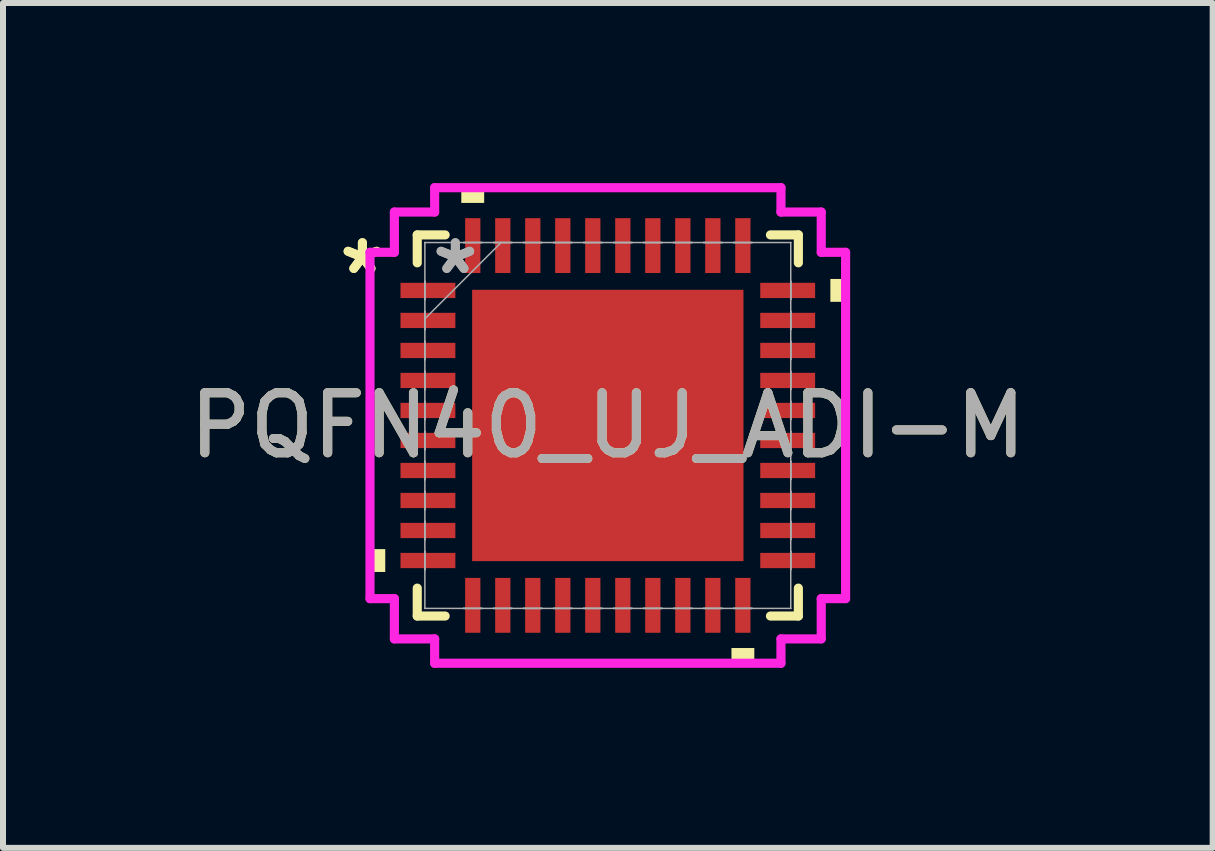
<source format=kicad_pcb>
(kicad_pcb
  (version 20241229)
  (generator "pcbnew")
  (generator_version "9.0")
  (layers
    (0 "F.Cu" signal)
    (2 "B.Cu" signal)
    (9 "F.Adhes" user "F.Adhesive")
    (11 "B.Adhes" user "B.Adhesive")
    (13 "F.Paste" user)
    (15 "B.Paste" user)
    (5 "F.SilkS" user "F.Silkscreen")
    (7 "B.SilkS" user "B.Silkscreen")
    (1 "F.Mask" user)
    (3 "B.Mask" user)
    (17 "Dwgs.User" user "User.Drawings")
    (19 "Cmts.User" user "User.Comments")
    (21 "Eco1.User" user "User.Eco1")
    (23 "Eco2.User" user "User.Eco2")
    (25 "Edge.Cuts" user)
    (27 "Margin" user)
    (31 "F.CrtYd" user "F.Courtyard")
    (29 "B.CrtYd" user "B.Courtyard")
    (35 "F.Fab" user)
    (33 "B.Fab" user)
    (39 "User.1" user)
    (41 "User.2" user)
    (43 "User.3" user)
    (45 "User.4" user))
  (footprint "PQFN40_UJ_ADI-M"
    (layer "F.Cu")
    (at 7.077 4.039)
    (property "Reference" "PQFN40_UJ_ADI-M" (at 0 0 0) (unlocked yes) (layer "F.SilkS") (effects (font (size 1 1) (thickness 0.15))))
    (attr smd)
    (fp_line (start -3.175 -3.175) (end -3.175 -2.71) (stroke (width 0.152) (type solid)) (layer "F.SilkS"))
    (fp_line (start -3.175 2.71) (end -3.175 3.175) (stroke (width 0.152) (type solid)) (layer "F.SilkS"))
    (fp_line (start -3.175 3.175) (end -2.71 3.175) (stroke (width 0.152) (type solid)) (layer "F.SilkS"))
    (fp_line (start -2.71 -3.175) (end -3.175 -3.175) (stroke (width 0.152) (type solid)) (layer "F.SilkS"))
    (fp_line (start 2.71 3.175) (end 3.175 3.175) (stroke (width 0.152) (type solid)) (layer "F.SilkS"))
    (fp_line (start 3.175 -3.175) (end 2.71 -3.175) (stroke (width 0.152) (type solid)) (layer "F.SilkS"))
    (fp_line (start 3.175 -2.71) (end 3.175 -3.175) (stroke (width 0.152) (type solid)) (layer "F.SilkS"))
    (fp_line (start 3.175 3.175) (end 3.175 2.71) (stroke (width 0.152) (type solid)) (layer "F.SilkS"))
    (fp_poly (pts (xy -3.962 2.06) (xy -3.962 2.441) (xy -3.708 2.441) (xy -3.708 2.06)) (stroke (width 0) (type solid)) (fill yes) (layer "F.SilkS"))
    (fp_poly (pts (xy -2.441 -3.708) (xy -2.441 -3.962) (xy -2.06 -3.962) (xy -2.06 -3.708)) (stroke (width 0) (type solid)) (fill yes) (layer "F.SilkS"))
    (fp_poly (pts (xy 2.06 3.708) (xy 2.06 3.962) (xy 2.441 3.962) (xy 2.441 3.708)) (stroke (width 0) (type solid)) (fill yes) (layer "F.SilkS"))
    (fp_poly (pts (xy 3.962 -2.441) (xy 3.962 -2.06) (xy 3.708 -2.06) (xy 3.708 -2.441)) (stroke (width 0) (type solid)) (fill yes) (layer "F.SilkS"))
    (fp_poly (pts (xy -2.161 -2.161) (xy -2.161 -0.854) (xy -0.854 -0.854) (xy -0.854 -2.161)) (stroke (width 0) (type solid)) (fill yes) (layer "F.Paste"))
    (fp_poly (pts (xy -2.161 -0.654) (xy -2.161 0.654) (xy -0.854 0.654) (xy -0.854 -0.654)) (stroke (width 0) (type solid)) (fill yes) (layer "F.Paste"))
    (fp_poly (pts (xy -2.161 0.854) (xy -2.161 2.161) (xy -0.854 2.161) (xy -0.854 0.854)) (stroke (width 0) (type solid)) (fill yes) (layer "F.Paste"))
    (fp_poly (pts (xy -0.654 -2.161) (xy -0.654 -0.854) (xy 0.654 -0.854) (xy 0.654 -2.161)) (stroke (width 0) (type solid)) (fill yes) (layer "F.Paste"))
    (fp_poly (pts (xy -0.654 -0.654) (xy -0.654 0.654) (xy 0.654 0.654) (xy 0.654 -0.654)) (stroke (width 0) (type solid)) (fill yes) (layer "F.Paste"))
    (fp_poly (pts (xy -0.654 0.854) (xy -0.654 2.161) (xy 0.654 2.161) (xy 0.654 0.854)) (stroke (width 0) (type solid)) (fill yes) (layer "F.Paste"))
    (fp_poly (pts (xy 0.854 -2.161) (xy 0.854 -0.854) (xy 2.161 -0.854) (xy 2.161 -2.161)) (stroke (width 0) (type solid)) (fill yes) (layer "F.Paste"))
    (fp_poly (pts (xy 0.854 -0.654) (xy 0.854 0.654) (xy 2.161 0.654) (xy 2.161 -0.654)) (stroke (width 0) (type solid)) (fill yes) (layer "F.Paste"))
    (fp_poly (pts (xy 0.854 0.854) (xy 0.854 2.161) (xy 2.161 2.161) (xy 2.161 0.854)) (stroke (width 0) (type solid)) (fill yes) (layer "F.Paste"))
    (fp_line (start -3.962 -2.885) (end -3.556 -2.885) (stroke (width 0.152) (type solid)) (layer "F.CrtYd"))
    (fp_line (start -3.962 2.885) (end -3.962 -2.885) (stroke (width 0.152) (type solid)) (layer "F.CrtYd"))
    (fp_line (start -3.556 -3.556) (end -2.885 -3.556) (stroke (width 0.152) (type solid)) (layer "F.CrtYd"))
    (fp_line (start -3.556 -2.885) (end -3.556 -3.556) (stroke (width 0.152) (type solid)) (layer "F.CrtYd"))
    (fp_line (start -3.556 2.885) (end -3.962 2.885) (stroke (width 0.152) (type solid)) (layer "F.CrtYd"))
    (fp_line (start -3.556 3.556) (end -3.556 2.885) (stroke (width 0.152) (type solid)) (layer "F.CrtYd"))
    (fp_line (start -2.885 -3.962) (end 2.885 -3.962) (stroke (width 0.152) (type solid)) (layer "F.CrtYd"))
    (fp_line (start -2.885 -3.556) (end -2.885 -3.962) (stroke (width 0.152) (type solid)) (layer "F.CrtYd"))
    (fp_line (start -2.885 3.556) (end -3.556 3.556) (stroke (width 0.152) (type solid)) (layer "F.CrtYd"))
    (fp_line (start -2.885 3.962) (end -2.885 3.556) (stroke (width 0.152) (type solid)) (layer "F.CrtYd"))
    (fp_line (start 2.885 -3.962) (end 2.885 -3.556) (stroke (width 0.152) (type solid)) (layer "F.CrtYd"))
    (fp_line (start 2.885 -3.556) (end 3.556 -3.556) (stroke (width 0.152) (type solid)) (layer "F.CrtYd"))
    (fp_line (start 2.885 3.556) (end 2.885 3.962) (stroke (width 0.152) (type solid)) (layer "F.CrtYd"))
    (fp_line (start 2.885 3.962) (end -2.885 3.962) (stroke (width 0.152) (type solid)) (layer "F.CrtYd"))
    (fp_line (start 3.556 -3.556) (end 3.556 -2.885) (stroke (width 0.152) (type solid)) (layer "F.CrtYd"))
    (fp_line (start 3.556 -2.885) (end 3.962 -2.885) (stroke (width 0.152) (type solid)) (layer "F.CrtYd"))
    (fp_line (start 3.556 2.885) (end 3.556 3.556) (stroke (width 0.152) (type solid)) (layer "F.CrtYd"))
    (fp_line (start 3.556 3.556) (end 2.885 3.556) (stroke (width 0.152) (type solid)) (layer "F.CrtYd"))
    (fp_line (start 3.962 -2.885) (end 3.962 2.885) (stroke (width 0.152) (type solid)) (layer "F.CrtYd"))
    (fp_line (start 3.962 2.885) (end 3.556 2.885) (stroke (width 0.152) (type solid)) (layer "F.CrtYd"))
    (fp_line (start -3.048 -3.048) (end -3.048 -3.048) (stroke (width 0.025) (type solid)) (layer "F.Fab"))
    (fp_line (start -3.048 -3.048) (end -3.048 3.048) (stroke (width 0.025) (type solid)) (layer "F.Fab"))
    (fp_line (start -3.048 -2.402) (end -3.048 -2.402) (stroke (width 0.025) (type solid)) (layer "F.Fab"))
    (fp_line (start -3.048 -2.402) (end -3.048 -2.098) (stroke (width 0.025) (type solid)) (layer "F.Fab"))
    (fp_line (start -3.048 -2.098) (end -3.048 -2.402) (stroke (width 0.025) (type solid)) (layer "F.Fab"))
    (fp_line (start -3.048 -2.098) (end -3.048 -2.098) (stroke (width 0.025) (type solid)) (layer "F.Fab"))
    (fp_line (start -3.048 -1.902) (end -3.048 -1.902) (stroke (width 0.025) (type solid)) (layer "F.Fab"))
    (fp_line (start -3.048 -1.902) (end -3.048 -1.598) (stroke (width 0.025) (type solid)) (layer "F.Fab"))
    (fp_line (start -3.048 -1.778) (end -1.778 -3.048) (stroke (width 0.025) (type solid)) (layer "F.Fab"))
    (fp_line (start -3.048 -1.598) (end -3.048 -1.902) (stroke (width 0.025) (type solid)) (layer "F.Fab"))
    (fp_line (start -3.048 -1.598) (end -3.048 -1.598) (stroke (width 0.025) (type solid)) (layer "F.Fab"))
    (fp_line (start -3.048 -1.402) (end -3.048 -1.402) (stroke (width 0.025) (type solid)) (layer "F.Fab"))
    (fp_line (start -3.048 -1.402) (end -3.048 -1.098) (stroke (width 0.025) (type solid)) (layer "F.Fab"))
    (fp_line (start -3.048 -1.098) (end -3.048 -1.402) (stroke (width 0.025) (type solid)) (layer "F.Fab"))
    (fp_line (start -3.048 -1.098) (end -3.048 -1.098) (stroke (width 0.025) (type solid)) (layer "F.Fab"))
    (fp_line (start -3.048 -0.902) (end -3.048 -0.902) (stroke (width 0.025) (type solid)) (layer "F.Fab"))
    (fp_line (start -3.048 -0.902) (end -3.048 -0.598) (stroke (width 0.025) (type solid)) (layer "F.Fab"))
    (fp_line (start -3.048 -0.598) (end -3.048 -0.902) (stroke (width 0.025) (type solid)) (layer "F.Fab"))
    (fp_line (start -3.048 -0.598) (end -3.048 -0.598) (stroke (width 0.025) (type solid)) (layer "F.Fab"))
    (fp_line (start -3.048 -0.402) (end -3.048 -0.402) (stroke (width 0.025) (type solid)) (layer "F.Fab"))
    (fp_line (start -3.048 -0.402) (end -3.048 -0.098) (stroke (width 0.025) (type solid)) (layer "F.Fab"))
    (fp_line (start -3.048 -0.098) (end -3.048 -0.402) (stroke (width 0.025) (type solid)) (layer "F.Fab"))
    (fp_line (start -3.048 -0.098) (end -3.048 -0.098) (stroke (width 0.025) (type solid)) (layer "F.Fab"))
    (fp_line (start -3.048 0.098) (end -3.048 0.098) (stroke (width 0.025) (type solid)) (layer "F.Fab"))
    (fp_line (start -3.048 0.098) (end -3.048 0.402) (stroke (width 0.025) (type solid)) (layer "F.Fab"))
    (fp_line (start -3.048 0.402) (end -3.048 0.098) (stroke (width 0.025) (type solid)) (layer "F.Fab"))
    (fp_line (start -3.048 0.402) (end -3.048 0.402) (stroke (width 0.025) (type solid)) (layer "F.Fab"))
    (fp_line (start -3.048 0.598) (end -3.048 0.598) (stroke (width 0.025) (type solid)) (layer "F.Fab"))
    (fp_line (start -3.048 0.598) (end -3.048 0.902) (stroke (width 0.025) (type solid)) (layer "F.Fab"))
    (fp_line (start -3.048 0.902) (end -3.048 0.598) (stroke (width 0.025) (type solid)) (layer "F.Fab"))
    (fp_line (start -3.048 0.902) (end -3.048 0.902) (stroke (width 0.025) (type solid)) (layer "F.Fab"))
    (fp_line (start -3.048 1.098) (end -3.048 1.098) (stroke (width 0.025) (type solid)) (layer "F.Fab"))
    (fp_line (start -3.048 1.098) (end -3.048 1.402) (stroke (width 0.025) (type solid)) (layer "F.Fab"))
    (fp_line (start -3.048 1.402) (end -3.048 1.098) (stroke (width 0.025) (type solid)) (layer "F.Fab"))
    (fp_line (start -3.048 1.402) (end -3.048 1.402) (stroke (width 0.025) (type solid)) (layer "F.Fab"))
    (fp_line (start -3.048 1.598) (end -3.048 1.598) (stroke (width 0.025) (type solid)) (layer "F.Fab"))
    (fp_line (start -3.048 1.598) (end -3.048 1.902) (stroke (width 0.025) (type solid)) (layer "F.Fab"))
    (fp_line (start -3.048 1.902) (end -3.048 1.598) (stroke (width 0.025) (type solid)) (layer "F.Fab"))
    (fp_line (start -3.048 1.902) (end -3.048 1.902) (stroke (width 0.025) (type solid)) (layer "F.Fab"))
    (fp_line (start -3.048 2.098) (end -3.048 2.098) (stroke (width 0.025) (type solid)) (layer "F.Fab"))
    (fp_line (start -3.048 2.098) (end -3.048 2.402) (stroke (width 0.025) (type solid)) (layer "F.Fab"))
    (fp_line (start -3.048 2.402) (end -3.048 2.098) (stroke (width 0.025) (type solid)) (layer "F.Fab"))
    (fp_line (start -3.048 2.402) (end -3.048 2.402) (stroke (width 0.025) (type solid)) (layer "F.Fab"))
    (fp_line (start -3.048 3.048) (end -3.048 3.048) (stroke (width 0.025) (type solid)) (layer "F.Fab"))
    (fp_line (start -3.048 3.048) (end 3.048 3.048) (stroke (width 0.025) (type solid)) (layer "F.Fab"))
    (fp_line (start -2.402 -3.048) (end -2.402 -3.048) (stroke (width 0.025) (type solid)) (layer "F.Fab"))
    (fp_line (start -2.402 -3.048) (end -2.098 -3.048) (stroke (width 0.025) (type solid)) (layer "F.Fab"))
    (fp_line (start -2.402 3.048) (end -2.402 3.048) (stroke (width 0.025) (type solid)) (layer "F.Fab"))
    (fp_line (start -2.402 3.048) (end -2.098 3.048) (stroke (width 0.025) (type solid)) (layer "F.Fab"))
    (fp_line (start -2.098 -3.048) (end -2.402 -3.048) (stroke (width 0.025) (type solid)) (layer "F.Fab"))
    (fp_line (start -2.098 -3.048) (end -2.098 -3.048) (stroke (width 0.025) (type solid)) (layer "F.Fab"))
    (fp_line (start -2.098 3.048) (end -2.402 3.048) (stroke (width 0.025) (type solid)) (layer "F.Fab"))
    (fp_line (start -2.098 3.048) (end -2.098 3.048) (stroke (width 0.025) (type solid)) (layer "F.Fab"))
    (fp_line (start -1.902 -3.048) (end -1.902 -3.048) (stroke (width 0.025) (type solid)) (layer "F.Fab"))
    (fp_line (start -1.902 -3.048) (end -1.598 -3.048) (stroke (width 0.025) (type solid)) (layer "F.Fab"))
    (fp_line (start -1.902 3.048) (end -1.902 3.048) (stroke (width 0.025) (type solid)) (layer "F.Fab"))
    (fp_line (start -1.902 3.048) (end -1.598 3.048) (stroke (width 0.025) (type solid)) (layer "F.Fab"))
    (fp_line (start -1.598 -3.048) (end -1.902 -3.048) (stroke (width 0.025) (type solid)) (layer "F.Fab"))
    (fp_line (start -1.598 -3.048) (end -1.598 -3.048) (stroke (width 0.025) (type solid)) (layer "F.Fab"))
    (fp_line (start -1.598 3.048) (end -1.902 3.048) (stroke (width 0.025) (type solid)) (layer "F.Fab"))
    (fp_line (start -1.598 3.048) (end -1.598 3.048) (stroke (width 0.025) (type solid)) (layer "F.Fab"))
    (fp_line (start -1.402 -3.048) (end -1.402 -3.048) (stroke (width 0.025) (type solid)) (layer "F.Fab"))
    (fp_line (start -1.402 -3.048) (end -1.098 -3.048) (stroke (width 0.025) (type solid)) (layer "F.Fab"))
    (fp_line (start -1.402 3.048) (end -1.402 3.048) (stroke (width 0.025) (type solid)) (layer "F.Fab"))
    (fp_line (start -1.402 3.048) (end -1.098 3.048) (stroke (width 0.025) (type solid)) (layer "F.Fab"))
    (fp_line (start -1.098 -3.048) (end -1.402 -3.048) (stroke (width 0.025) (type solid)) (layer "F.Fab"))
    (fp_line (start -1.098 -3.048) (end -1.098 -3.048) (stroke (width 0.025) (type solid)) (layer "F.Fab"))
    (fp_line (start -1.098 3.048) (end -1.402 3.048) (stroke (width 0.025) (type solid)) (layer "F.Fab"))
    (fp_line (start -1.098 3.048) (end -1.098 3.048) (stroke (width 0.025) (type solid)) (layer "F.Fab"))
    (fp_line (start -0.902 -3.048) (end -0.902 -3.048) (stroke (width 0.025) (type solid)) (layer "F.Fab"))
    (fp_line (start -0.902 -3.048) (end -0.598 -3.048) (stroke (width 0.025) (type solid)) (layer "F.Fab"))
    (fp_line (start -0.902 3.048) (end -0.902 3.048) (stroke (width 0.025) (type solid)) (layer "F.Fab"))
    (fp_line (start -0.902 3.048) (end -0.598 3.048) (stroke (width 0.025) (type solid)) (layer "F.Fab"))
    (fp_line (start -0.598 -3.048) (end -0.902 -3.048) (stroke (width 0.025) (type solid)) (layer "F.Fab"))
    (fp_line (start -0.598 -3.048) (end -0.598 -3.048) (stroke (width 0.025) (type solid)) (layer "F.Fab"))
    (fp_line (start -0.598 3.048) (end -0.902 3.048) (stroke (width 0.025) (type solid)) (layer "F.Fab"))
    (fp_line (start -0.598 3.048) (end -0.598 3.048) (stroke (width 0.025) (type solid)) (layer "F.Fab"))
    (fp_line (start -0.402 -3.048) (end -0.402 -3.048) (stroke (width 0.025) (type solid)) (layer "F.Fab"))
    (fp_line (start -0.402 -3.048) (end -0.098 -3.048) (stroke (width 0.025) (type solid)) (layer "F.Fab"))
    (fp_line (start -0.402 3.048) (end -0.402 3.048) (stroke (width 0.025) (type solid)) (layer "F.Fab"))
    (fp_line (start -0.402 3.048) (end -0.098 3.048) (stroke (width 0.025) (type solid)) (layer "F.Fab"))
    (fp_line (start -0.098 -3.048) (end -0.402 -3.048) (stroke (width 0.025) (type solid)) (layer "F.Fab"))
    (fp_line (start -0.098 -3.048) (end -0.098 -3.048) (stroke (width 0.025) (type solid)) (layer "F.Fab"))
    (fp_line (start -0.098 3.048) (end -0.402 3.048) (stroke (width 0.025) (type solid)) (layer "F.Fab"))
    (fp_line (start -0.098 3.048) (end -0.098 3.048) (stroke (width 0.025) (type solid)) (layer "F.Fab"))
    (fp_line (start 0.098 -3.048) (end 0.098 -3.048) (stroke (width 0.025) (type solid)) (layer "F.Fab"))
    (fp_line (start 0.098 -3.048) (end 0.402 -3.048) (stroke (width 0.025) (type solid)) (layer "F.Fab"))
    (fp_line (start 0.098 3.048) (end 0.098 3.048) (stroke (width 0.025) (type solid)) (layer "F.Fab"))
    (fp_line (start 0.098 3.048) (end 0.402 3.048) (stroke (width 0.025) (type solid)) (layer "F.Fab"))
    (fp_line (start 0.402 -3.048) (end 0.098 -3.048) (stroke (width 0.025) (type solid)) (layer "F.Fab"))
    (fp_line (start 0.402 -3.048) (end 0.402 -3.048) (stroke (width 0.025) (type solid)) (layer "F.Fab"))
    (fp_line (start 0.402 3.048) (end 0.098 3.048) (stroke (width 0.025) (type solid)) (layer "F.Fab"))
    (fp_line (start 0.402 3.048) (end 0.402 3.048) (stroke (width 0.025) (type solid)) (layer "F.Fab"))
    (fp_line (start 0.598 -3.048) (end 0.598 -3.048) (stroke (width 0.025) (type solid)) (layer "F.Fab"))
    (fp_line (start 0.598 -3.048) (end 0.902 -3.048) (stroke (width 0.025) (type solid)) (layer "F.Fab"))
    (fp_line (start 0.598 3.048) (end 0.598 3.048) (stroke (width 0.025) (type solid)) (layer "F.Fab"))
    (fp_line (start 0.598 3.048) (end 0.902 3.048) (stroke (width 0.025) (type solid)) (layer "F.Fab"))
    (fp_line (start 0.902 -3.048) (end 0.598 -3.048) (stroke (width 0.025) (type solid)) (layer "F.Fab"))
    (fp_line (start 0.902 -3.048) (end 0.902 -3.048) (stroke (width 0.025) (type solid)) (layer "F.Fab"))
    (fp_line (start 0.902 3.048) (end 0.598 3.048) (stroke (width 0.025) (type solid)) (layer "F.Fab"))
    (fp_line (start 0.902 3.048) (end 0.902 3.048) (stroke (width 0.025) (type solid)) (layer "F.Fab"))
    (fp_line (start 1.098 -3.048) (end 1.098 -3.048) (stroke (width 0.025) (type solid)) (layer "F.Fab"))
    (fp_line (start 1.098 -3.048) (end 1.402 -3.048) (stroke (width 0.025) (type solid)) (layer "F.Fab"))
    (fp_line (start 1.098 3.048) (end 1.098 3.048) (stroke (width 0.025) (type solid)) (layer "F.Fab"))
    (fp_line (start 1.098 3.048) (end 1.402 3.048) (stroke (width 0.025) (type solid)) (layer "F.Fab"))
    (fp_line (start 1.402 -3.048) (end 1.098 -3.048) (stroke (width 0.025) (type solid)) (layer "F.Fab"))
    (fp_line (start 1.402 -3.048) (end 1.402 -3.048) (stroke (width 0.025) (type solid)) (layer "F.Fab"))
    (fp_line (start 1.402 3.048) (end 1.098 3.048) (stroke (width 0.025) (type solid)) (layer "F.Fab"))
    (fp_line (start 1.402 3.048) (end 1.402 3.048) (stroke (width 0.025) (type solid)) (layer "F.Fab"))
    (fp_line (start 1.598 -3.048) (end 1.598 -3.048) (stroke (width 0.025) (type solid)) (layer "F.Fab"))
    (fp_line (start 1.598 -3.048) (end 1.902 -3.048) (stroke (width 0.025) (type solid)) (layer "F.Fab"))
    (fp_line (start 1.598 3.048) (end 1.598 3.048) (stroke (width 0.025) (type solid)) (layer "F.Fab"))
    (fp_line (start 1.598 3.048) (end 1.902 3.048) (stroke (width 0.025) (type solid)) (layer "F.Fab"))
    (fp_line (start 1.902 -3.048) (end 1.598 -3.048) (stroke (width 0.025) (type solid)) (layer "F.Fab"))
    (fp_line (start 1.902 -3.048) (end 1.902 -3.048) (stroke (width 0.025) (type solid)) (layer "F.Fab"))
    (fp_line (start 1.902 3.048) (end 1.598 3.048) (stroke (width 0.025) (type solid)) (layer "F.Fab"))
    (fp_line (start 1.902 3.048) (end 1.902 3.048) (stroke (width 0.025) (type solid)) (layer "F.Fab"))
    (fp_line (start 2.098 -3.048) (end 2.098 -3.048) (stroke (width 0.025) (type solid)) (layer "F.Fab"))
    (fp_line (start 2.098 -3.048) (end 2.402 -3.048) (stroke (width 0.025) (type solid)) (layer "F.Fab"))
    (fp_line (start 2.098 3.048) (end 2.098 3.048) (stroke (width 0.025) (type solid)) (layer "F.Fab"))
    (fp_line (start 2.098 3.048) (end 2.402 3.048) (stroke (width 0.025) (type solid)) (layer "F.Fab"))
    (fp_line (start 2.402 -3.048) (end 2.098 -3.048) (stroke (width 0.025) (type solid)) (layer "F.Fab"))
    (fp_line (start 2.402 -3.048) (end 2.402 -3.048) (stroke (width 0.025) (type solid)) (layer "F.Fab"))
    (fp_line (start 2.402 3.048) (end 2.098 3.048) (stroke (width 0.025) (type solid)) (layer "F.Fab"))
    (fp_line (start 2.402 3.048) (end 2.402 3.048) (stroke (width 0.025) (type solid)) (layer "F.Fab"))
    (fp_line (start 3.048 -3.048) (end -3.048 -3.048) (stroke (width 0.025) (type solid)) (layer "F.Fab"))
    (fp_line (start 3.048 -3.048) (end 3.048 -3.048) (stroke (width 0.025) (type solid)) (layer "F.Fab"))
    (fp_line (start 3.048 -2.402) (end 3.048 -2.402) (stroke (width 0.025) (type solid)) (layer "F.Fab"))
    (fp_line (start 3.048 -2.402) (end 3.048 -2.098) (stroke (width 0.025) (type solid)) (layer "F.Fab"))
    (fp_line (start 3.048 -2.098) (end 3.048 -2.402) (stroke (width 0.025) (type solid)) (layer "F.Fab"))
    (fp_line (start 3.048 -2.098) (end 3.048 -2.098) (stroke (width 0.025) (type solid)) (layer "F.Fab"))
    (fp_line (start 3.048 -1.902) (end 3.048 -1.902) (stroke (width 0.025) (type solid)) (layer "F.Fab"))
    (fp_line (start 3.048 -1.902) (end 3.048 -1.598) (stroke (width 0.025) (type solid)) (layer "F.Fab"))
    (fp_line (start 3.048 -1.598) (end 3.048 -1.902) (stroke (width 0.025) (type solid)) (layer "F.Fab"))
    (fp_line (start 3.048 -1.598) (end 3.048 -1.598) (stroke (width 0.025) (type solid)) (layer "F.Fab"))
    (fp_line (start 3.048 -1.402) (end 3.048 -1.402) (stroke (width 0.025) (type solid)) (layer "F.Fab"))
    (fp_line (start 3.048 -1.402) (end 3.048 -1.098) (stroke (width 0.025) (type solid)) (layer "F.Fab"))
    (fp_line (start 3.048 -1.098) (end 3.048 -1.402) (stroke (width 0.025) (type solid)) (layer "F.Fab"))
    (fp_line (start 3.048 -1.098) (end 3.048 -1.098) (stroke (width 0.025) (type solid)) (layer "F.Fab"))
    (fp_line (start 3.048 -0.902) (end 3.048 -0.902) (stroke (width 0.025) (type solid)) (layer "F.Fab"))
    (fp_line (start 3.048 -0.902) (end 3.048 -0.598) (stroke (width 0.025) (type solid)) (layer "F.Fab"))
    (fp_line (start 3.048 -0.598) (end 3.048 -0.902) (stroke (width 0.025) (type solid)) (layer "F.Fab"))
    (fp_line (start 3.048 -0.598) (end 3.048 -0.598) (stroke (width 0.025) (type solid)) (layer "F.Fab"))
    (fp_line (start 3.048 -0.402) (end 3.048 -0.402) (stroke (width 0.025) (type solid)) (layer "F.Fab"))
    (fp_line (start 3.048 -0.402) (end 3.048 -0.098) (stroke (width 0.025) (type solid)) (layer "F.Fab"))
    (fp_line (start 3.048 -0.098) (end 3.048 -0.402) (stroke (width 0.025) (type solid)) (layer "F.Fab"))
    (fp_line (start 3.048 -0.098) (end 3.048 -0.098) (stroke (width 0.025) (type solid)) (layer "F.Fab"))
    (fp_line (start 3.048 0.098) (end 3.048 0.098) (stroke (width 0.025) (type solid)) (layer "F.Fab"))
    (fp_line (start 3.048 0.098) (end 3.048 0.402) (stroke (width 0.025) (type solid)) (layer "F.Fab"))
    (fp_line (start 3.048 0.402) (end 3.048 0.098) (stroke (width 0.025) (type solid)) (layer "F.Fab"))
    (fp_line (start 3.048 0.402) (end 3.048 0.402) (stroke (width 0.025) (type solid)) (layer "F.Fab"))
    (fp_line (start 3.048 0.598) (end 3.048 0.598) (stroke (width 0.025) (type solid)) (layer "F.Fab"))
    (fp_line (start 3.048 0.598) (end 3.048 0.902) (stroke (width 0.025) (type solid)) (layer "F.Fab"))
    (fp_line (start 3.048 0.902) (end 3.048 0.598) (stroke (width 0.025) (type solid)) (layer "F.Fab"))
    (fp_line (start 3.048 0.902) (end 3.048 0.902) (stroke (width 0.025) (type solid)) (layer "F.Fab"))
    (fp_line (start 3.048 1.098) (end 3.048 1.098) (stroke (width 0.025) (type solid)) (layer "F.Fab"))
    (fp_line (start 3.048 1.098) (end 3.048 1.402) (stroke (width 0.025) (type solid)) (layer "F.Fab"))
    (fp_line (start 3.048 1.402) (end 3.048 1.098) (stroke (width 0.025) (type solid)) (layer "F.Fab"))
    (fp_line (start 3.048 1.402) (end 3.048 1.402) (stroke (width 0.025) (type solid)) (layer "F.Fab"))
    (fp_line (start 3.048 1.598) (end 3.048 1.598) (stroke (width 0.025) (type solid)) (layer "F.Fab"))
    (fp_line (start 3.048 1.598) (end 3.048 1.902) (stroke (width 0.025) (type solid)) (layer "F.Fab"))
    (fp_line (start 3.048 1.902) (end 3.048 1.598) (stroke (width 0.025) (type solid)) (layer "F.Fab"))
    (fp_line (start 3.048 1.902) (end 3.048 1.902) (stroke (width 0.025) (type solid)) (layer "F.Fab"))
    (fp_line (start 3.048 2.098) (end 3.048 2.098) (stroke (width 0.025) (type solid)) (layer "F.Fab"))
    (fp_line (start 3.048 2.098) (end 3.048 2.402) (stroke (width 0.025) (type solid)) (layer "F.Fab"))
    (fp_line (start 3.048 2.402) (end 3.048 2.098) (stroke (width 0.025) (type solid)) (layer "F.Fab"))
    (fp_line (start 3.048 2.402) (end 3.048 2.402) (stroke (width 0.025) (type solid)) (layer "F.Fab"))
    (fp_line (start 3.048 3.048) (end 3.048 -3.048) (stroke (width 0.025) (type solid)) (layer "F.Fab"))
    (fp_line (start 3.048 3.048) (end 3.048 3.048) (stroke (width 0.025) (type solid)) (layer "F.Fab"))
    (fp_text user "*" (at -4.089 -2.5 0) (unlocked yes) (layer "F.SilkS") (effects (font (size 1 1) (thickness 0.15))))
    (fp_text user "*" (at -4.089 -2.5 0) (layer "F.SilkS") (effects (font (size 1 1) (thickness 0.15))))
    (fp_text user "${REFERENCE}" (at 0 0 0) (unlocked yes) (layer "F.Fab") (effects (font (size 1 1) (thickness 0.15))))
    (fp_text user "*" (at -2.54 -2.5 0) (layer "F.Fab") (effects (font (size 1 1) (thickness 0.15))))
    (fp_text user "*" (at -2.54 -2.5 0) (unlocked yes) (layer "F.Fab") (effects (font (size 1 1) (thickness 0.15))))
    (pad "1" smd rect (at -2.997 -2.25 90) (size 0.254 0.914) (layers "F.Cu" "F.Mask" "F.Paste"))
    (pad "2" smd rect (at -2.997 -1.75 90) (size 0.254 0.914) (layers "F.Cu" "F.Mask" "F.Paste"))
    (pad "3" smd rect (at -2.997 -1.25 90) (size 0.254 0.914) (layers "F.Cu" "F.Mask" "F.Paste"))
    (pad "4" smd rect (at -2.997 -0.75 90) (size 0.254 0.914) (layers "F.Cu" "F.Mask" "F.Paste"))
    (pad "5" smd rect (at -2.997 -0.25 90) (size 0.254 0.914) (layers "F.Cu" "F.Mask" "F.Paste"))
    (pad "6" smd rect (at -2.997 0.25 90) (size 0.254 0.914) (layers "F.Cu" "F.Mask" "F.Paste"))
    (pad "7" smd rect (at -2.997 0.75 90) (size 0.254 0.914) (layers "F.Cu" "F.Mask" "F.Paste"))
    (pad "8" smd rect (at -2.997 1.25 90) (size 0.254 0.914) (layers "F.Cu" "F.Mask" "F.Paste"))
    (pad "9" smd rect (at -2.997 1.75 90) (size 0.254 0.914) (layers "F.Cu" "F.Mask" "F.Paste"))
    (pad "10" smd rect (at -2.997 2.25 90) (size 0.254 0.914) (layers "F.Cu" "F.Mask" "F.Paste"))
    (pad "11" smd rect (at -2.25 2.997) (size 0.254 0.914) (layers "F.Cu" "F.Mask" "F.Paste"))
    (pad "12" smd rect (at -1.75 2.997) (size 0.254 0.914) (layers "F.Cu" "F.Mask" "F.Paste"))
    (pad "13" smd rect (at -1.25 2.997) (size 0.254 0.914) (layers "F.Cu" "F.Mask" "F.Paste"))
    (pad "14" smd rect (at -0.75 2.997) (size 0.254 0.914) (layers "F.Cu" "F.Mask" "F.Paste"))
    (pad "15" smd rect (at -0.25 2.997) (size 0.254 0.914) (layers "F.Cu" "F.Mask" "F.Paste"))
    (pad "16" smd rect (at 0.25 2.997) (size 0.254 0.914) (layers "F.Cu" "F.Mask" "F.Paste"))
    (pad "17" smd rect (at 0.75 2.997) (size 0.254 0.914) (layers "F.Cu" "F.Mask" "F.Paste"))
    (pad "18" smd rect (at 1.25 2.997) (size 0.254 0.914) (layers "F.Cu" "F.Mask" "F.Paste"))
    (pad "19" smd rect (at 1.75 2.997) (size 0.254 0.914) (layers "F.Cu" "F.Mask" "F.Paste"))
    (pad "20" smd rect (at 2.25 2.997) (size 0.254 0.914) (layers "F.Cu" "F.Mask" "F.Paste"))
    (pad "21" smd rect (at 2.997 2.25 90) (size 0.254 0.914) (layers "F.Cu" "F.Mask" "F.Paste"))
    (pad "22" smd rect (at 2.997 1.75 90) (size 0.254 0.914) (layers "F.Cu" "F.Mask" "F.Paste"))
    (pad "23" smd rect (at 2.997 1.25 90) (size 0.254 0.914) (layers "F.Cu" "F.Mask" "F.Paste"))
    (pad "24" smd rect (at 2.997 0.75 90) (size 0.254 0.914) (layers "F.Cu" "F.Mask" "F.Paste"))
    (pad "25" smd rect (at 2.997 0.25 90) (size 0.254 0.914) (layers "F.Cu" "F.Mask" "F.Paste"))
    (pad "26" smd rect (at 2.997 -0.25 90) (size 0.254 0.914) (layers "F.Cu" "F.Mask" "F.Paste"))
    (pad "27" smd rect (at 2.997 -0.75 90) (size 0.254 0.914) (layers "F.Cu" "F.Mask" "F.Paste"))
    (pad "28" smd rect (at 2.997 -1.25 90) (size 0.254 0.914) (layers "F.Cu" "F.Mask" "F.Paste"))
    (pad "29" smd rect (at 2.997 -1.75 90) (size 0.254 0.914) (layers "F.Cu" "F.Mask" "F.Paste"))
    (pad "30" smd rect (at 2.997 -2.25 90) (size 0.254 0.914) (layers "F.Cu" "F.Mask" "F.Paste"))
    (pad "31" smd rect (at 2.25 -2.997) (size 0.254 0.914) (layers "F.Cu" "F.Mask" "F.Paste"))
    (pad "32" smd rect (at 1.75 -2.997) (size 0.254 0.914) (layers "F.Cu" "F.Mask" "F.Paste"))
    (pad "33" smd rect (at 1.25 -2.997) (size 0.254 0.914) (layers "F.Cu" "F.Mask" "F.Paste"))
    (pad "34" smd rect (at 0.75 -2.997) (size 0.254 0.914) (layers "F.Cu" "F.Mask" "F.Paste"))
    (pad "35" smd rect (at 0.25 -2.997) (size 0.254 0.914) (layers "F.Cu" "F.Mask" "F.Paste"))
    (pad "36" smd rect (at -0.25 -2.997) (size 0.254 0.914) (layers "F.Cu" "F.Mask" "F.Paste"))
    (pad "37" smd rect (at -0.75 -2.997) (size 0.254 0.914) (layers "F.Cu" "F.Mask" "F.Paste"))
    (pad "38" smd rect (at -1.25 -2.997) (size 0.254 0.914) (layers "F.Cu" "F.Mask" "F.Paste"))
    (pad "39" smd rect (at -1.75 -2.997) (size 0.254 0.914) (layers "F.Cu" "F.Mask" "F.Paste"))
    (pad "40" smd rect (at -2.25 -2.997) (size 0.254 0.914) (layers "F.Cu" "F.Mask" "F.Paste"))
    (pad "41" smd rect (at 0 0) (size 4.521 4.521) (layers "F.Cu" "F.Mask")))
  (gr_rect
    (start -3 -3)
    (end 17.155 11.077)
    (stroke (width 0.1) (type default))
    (fill no)
    (layer "Edge.Cuts")))
</source>
